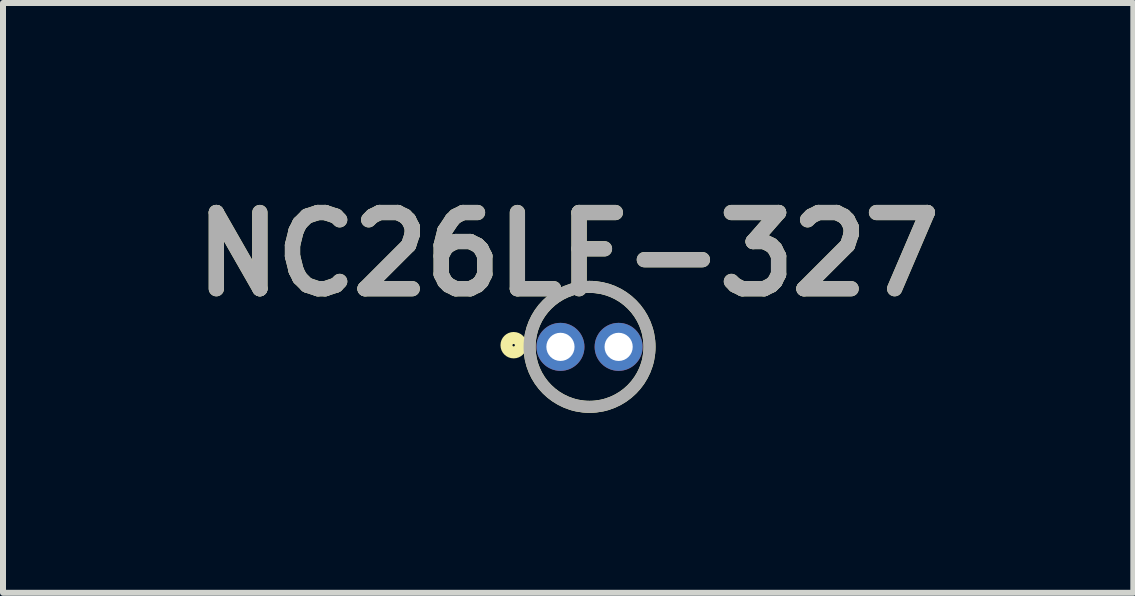
<source format=kicad_pcb>
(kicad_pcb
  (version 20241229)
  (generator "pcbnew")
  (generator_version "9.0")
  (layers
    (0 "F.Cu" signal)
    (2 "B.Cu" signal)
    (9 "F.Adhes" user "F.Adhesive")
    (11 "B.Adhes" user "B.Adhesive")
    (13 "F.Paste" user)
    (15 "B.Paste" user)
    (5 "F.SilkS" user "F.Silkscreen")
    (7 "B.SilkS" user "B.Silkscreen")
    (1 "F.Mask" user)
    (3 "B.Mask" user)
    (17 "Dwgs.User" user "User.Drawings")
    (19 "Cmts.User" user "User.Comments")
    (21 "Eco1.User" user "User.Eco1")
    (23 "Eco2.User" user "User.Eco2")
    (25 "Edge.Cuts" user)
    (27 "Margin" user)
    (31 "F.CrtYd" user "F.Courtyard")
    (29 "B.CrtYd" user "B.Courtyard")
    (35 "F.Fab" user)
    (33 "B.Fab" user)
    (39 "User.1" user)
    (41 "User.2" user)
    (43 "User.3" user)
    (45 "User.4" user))
  (footprint "NC26LF-327"
    (layer "F.Cu")
    (at 6.779 2.733)
    (property "Reference" "NC26LF-327" (at -0.356 -1.544 0) (layer "F.SilkS") (effects (font (size 1.27 1.27) (thickness 0.254))))
    (attr through_hole)
    (fp_circle (center -1.265 -0.028) (end -1.265 -0.008) (stroke (width 0.2) (type solid)) (fill no) (layer "F.SilkS"))
    (fp_circle (center 0 0) (end 0 1) (stroke (width 0.2) (type solid)) (fill no) (layer "F.SilkS"))
    (fp_circle (center 0 0) (end 0 1) (stroke (width 0.2) (type solid)) (fill no) (layer "F.Fab"))
    (fp_text user "${REFERENCE}" (at -0.356 -1.544 0) (layer "F.Fab") (effects (font (size 1.27 1.27) (thickness 0.254))))
    (pad "1" thru_hole circle (at -0.485 0) (size 0.8 0.8) (drill 0.47) (layers "*.Cu" "*.Mask"))
    (pad "2" thru_hole circle (at 0.485 0) (size 0.8 0.8) (drill 0.47) (layers "*.Cu" "*.Mask")))
  (gr_rect
    (start -3 -3)
    (end 15.845 6.833)
    (stroke (width 0.1) (type default))
    (fill no)
    (layer "Edge.Cuts")))
</source>
